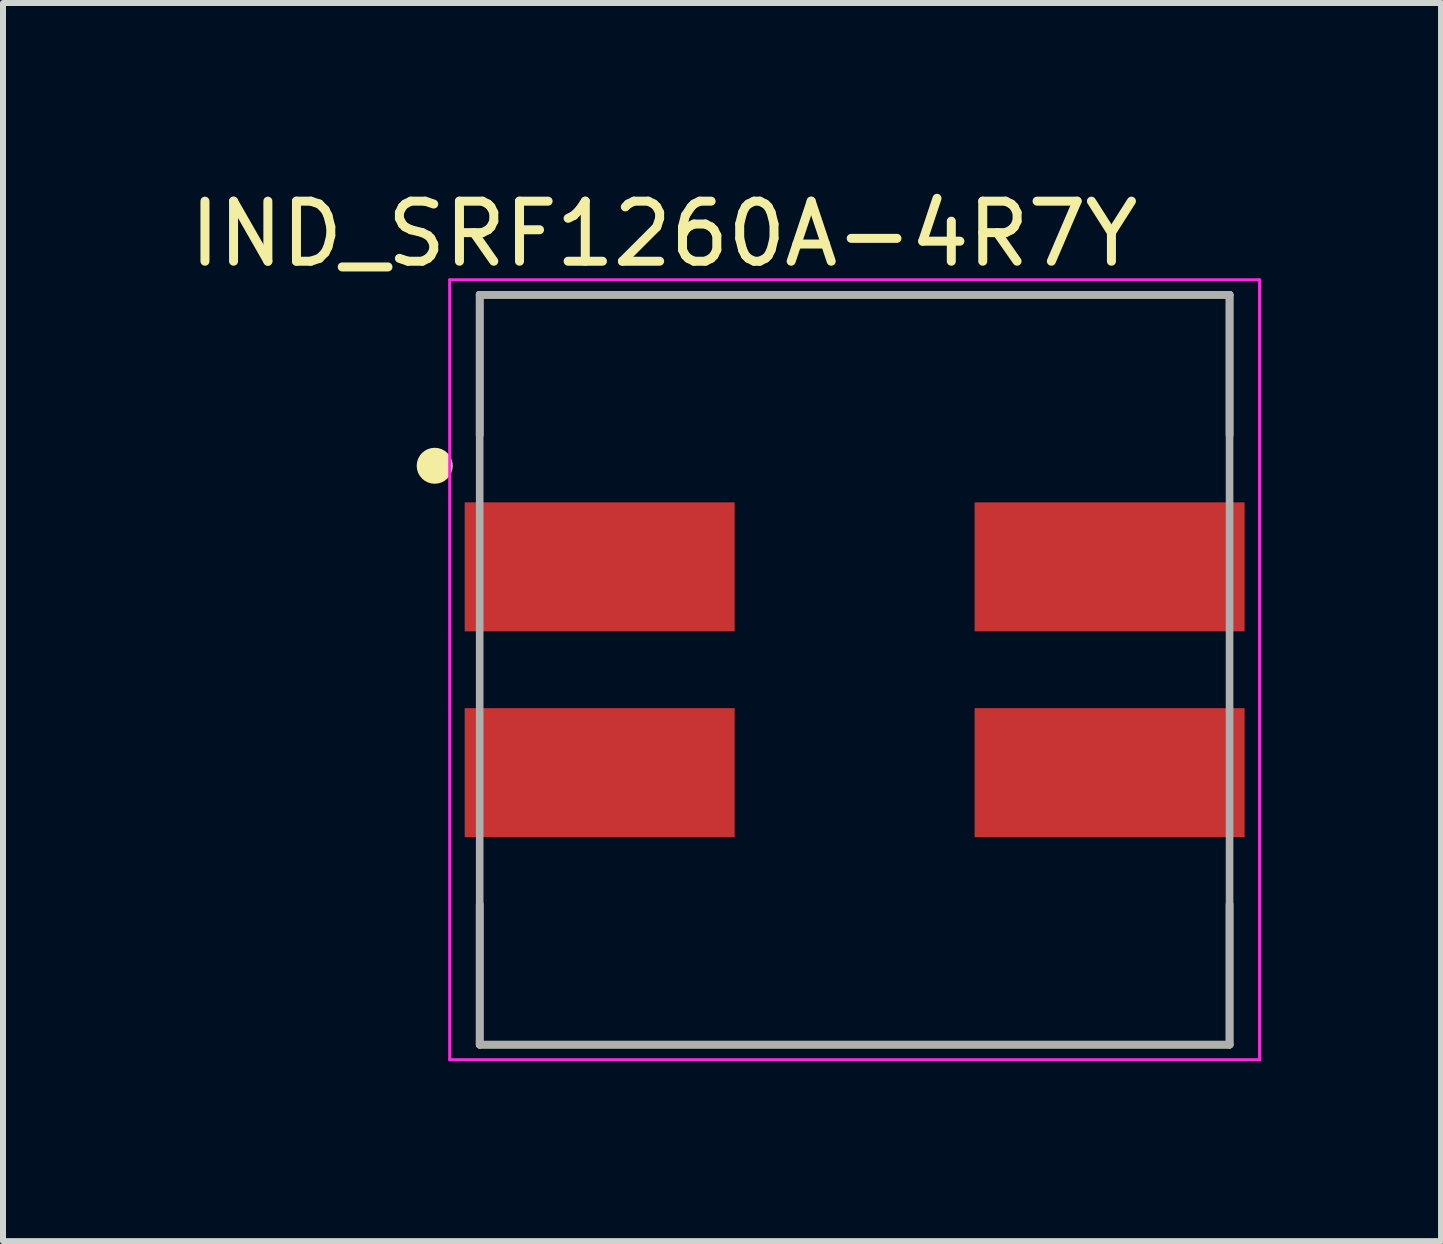
<source format=kicad_pcb>
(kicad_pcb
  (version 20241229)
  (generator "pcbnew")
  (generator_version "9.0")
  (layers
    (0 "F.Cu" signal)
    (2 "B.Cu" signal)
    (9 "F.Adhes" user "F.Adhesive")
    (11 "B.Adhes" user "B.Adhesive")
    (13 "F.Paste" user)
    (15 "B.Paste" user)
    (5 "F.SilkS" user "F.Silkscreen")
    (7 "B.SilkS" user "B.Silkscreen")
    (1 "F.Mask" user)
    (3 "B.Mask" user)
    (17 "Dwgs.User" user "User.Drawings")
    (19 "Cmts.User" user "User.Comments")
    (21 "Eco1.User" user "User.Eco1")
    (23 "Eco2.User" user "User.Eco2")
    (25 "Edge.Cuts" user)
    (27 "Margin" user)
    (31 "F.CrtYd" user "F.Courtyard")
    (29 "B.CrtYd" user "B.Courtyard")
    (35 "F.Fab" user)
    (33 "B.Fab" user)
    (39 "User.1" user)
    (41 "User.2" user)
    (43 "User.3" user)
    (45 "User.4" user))
  (footprint "IND_SRF1260A-4R7Y"
    (layer "F.Cu")
    (at 11.196 8.114)
    (property "Reference" "IND_SRF1260A-4R7Y" (at -3.179 -7.265 0) (layer "F.SilkS") (effects (font (size 1.001 1.001) (thickness 0.15))))
    (attr smd)
    (fp_line (start -6.25 -6.25) (end 6.25 -6.25) (stroke (width 0.127) (type solid)) (layer "F.SilkS"))
    (fp_line (start -6.25 -3.91) (end -6.25 -6.25) (stroke (width 0.127) (type solid)) (layer "F.SilkS"))
    (fp_line (start -6.25 6.25) (end -6.25 3.91) (stroke (width 0.127) (type solid)) (layer "F.SilkS"))
    (fp_line (start 6.25 -6.25) (end 6.25 -3.91) (stroke (width 0.127) (type solid)) (layer "F.SilkS"))
    (fp_line (start 6.25 3.91) (end 6.25 6.25) (stroke (width 0.127) (type solid)) (layer "F.SilkS"))
    (fp_line (start 6.25 6.25) (end -6.25 6.25) (stroke (width 0.127) (type solid)) (layer "F.SilkS"))
    (fp_circle (center -7 -3.4) (end -6.85 -3.4) (stroke (width 0.3) (type solid)) (fill no) (layer "F.SilkS"))
    (fp_line (start -6.75 -6.5) (end 6.75 -6.5) (stroke (width 0.05) (type solid)) (layer "F.CrtYd"))
    (fp_line (start -6.75 6.5) (end -6.75 -6.5) (stroke (width 0.05) (type solid)) (layer "F.CrtYd"))
    (fp_line (start 6.75 -6.5) (end 6.75 6.5) (stroke (width 0.05) (type solid)) (layer "F.CrtYd"))
    (fp_line (start 6.75 6.5) (end -6.75 6.5) (stroke (width 0.05) (type solid)) (layer "F.CrtYd"))
    (fp_line (start -6.25 -6.25) (end 6.25 -6.25) (stroke (width 0.127) (type solid)) (layer "F.Fab"))
    (fp_line (start -6.25 6.25) (end -6.25 -6.25) (stroke (width 0.127) (type solid)) (layer "F.Fab"))
    (fp_line (start 6.25 -6.25) (end 6.25 6.25) (stroke (width 0.127) (type solid)) (layer "F.Fab"))
    (fp_line (start 6.25 6.25) (end -6.25 6.25) (stroke (width 0.127) (type solid)) (layer "F.Fab"))
    (pad "1" smd rect (at -4.25 -1.715 180) (size 4.5 2.15) (layers "F.Cu" "F.Mask" "F.Paste"))
    (pad "2" smd rect (at -4.25 1.715 180) (size 4.5 2.15) (layers "F.Cu" "F.Mask" "F.Paste"))
    (pad "3" smd rect (at 4.25 1.715 180) (size 4.5 2.15) (layers "F.Cu" "F.Mask" "F.Paste"))
    (pad "4" smd rect (at 4.25 -1.715 180) (size 4.5 2.15) (layers "F.Cu" "F.Mask" "F.Paste")))
  (gr_rect
    (start -3 -3)
    (end 20.971 17.639)
    (stroke (width 0.1) (type default))
    (fill no)
    (layer "Edge.Cuts")))
</source>
